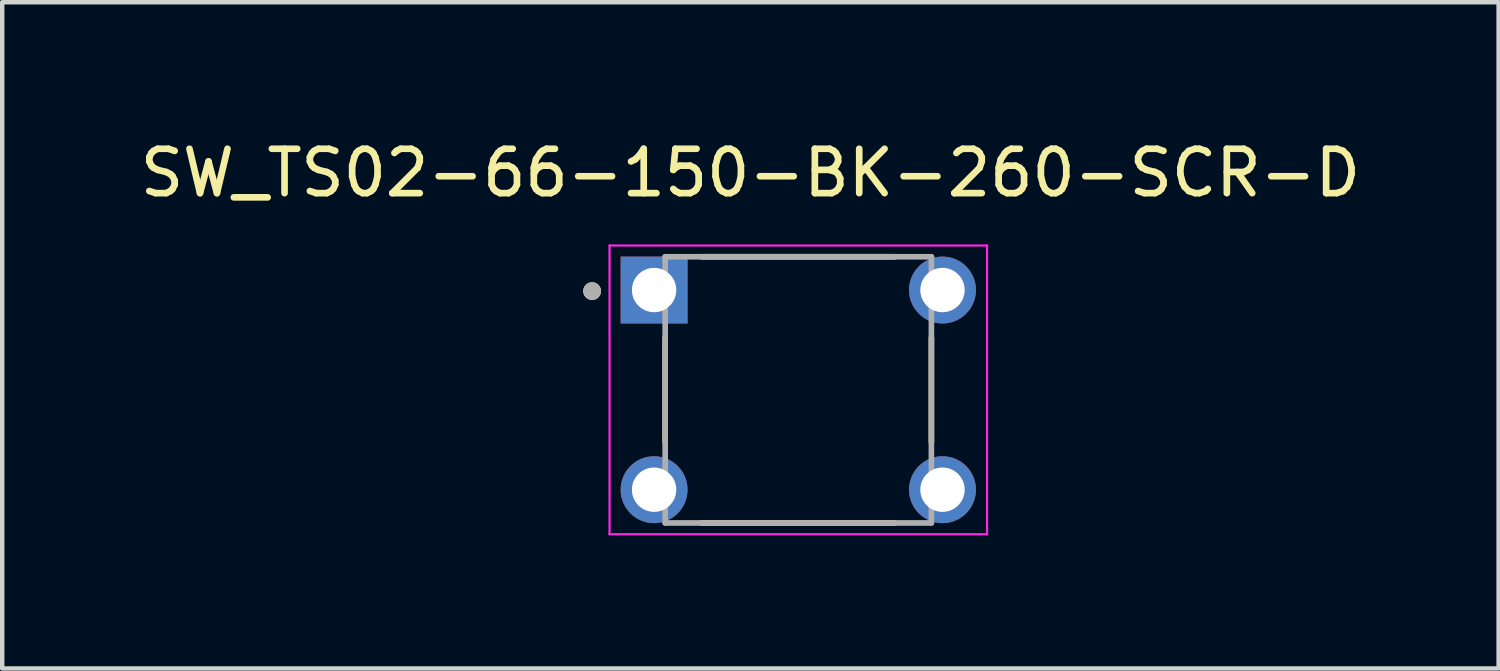
<source format=kicad_pcb>
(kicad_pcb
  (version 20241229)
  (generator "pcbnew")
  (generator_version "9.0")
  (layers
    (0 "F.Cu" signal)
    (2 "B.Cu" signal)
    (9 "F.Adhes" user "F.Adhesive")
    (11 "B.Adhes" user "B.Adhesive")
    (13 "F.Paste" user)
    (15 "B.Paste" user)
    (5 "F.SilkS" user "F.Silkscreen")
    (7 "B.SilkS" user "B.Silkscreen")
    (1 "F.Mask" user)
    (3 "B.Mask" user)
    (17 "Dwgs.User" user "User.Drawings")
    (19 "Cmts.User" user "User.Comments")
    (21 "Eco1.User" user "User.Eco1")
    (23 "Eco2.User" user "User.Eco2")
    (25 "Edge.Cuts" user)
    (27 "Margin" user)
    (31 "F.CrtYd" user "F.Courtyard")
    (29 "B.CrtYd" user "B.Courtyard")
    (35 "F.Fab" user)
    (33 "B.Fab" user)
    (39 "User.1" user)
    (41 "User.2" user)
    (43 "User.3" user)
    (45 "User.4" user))
  (footprint "SW_TS02-66-150-BK-260-SCR-D"
    (layer "F.Cu")
    (at 14.942 5.737)
    (property "Reference" "SW_TS02-66-150-BK-260-SCR-D" (at -1.079 -4.889 0) (layer "F.SilkS") (effects (font (size 1 1) (thickness 0.15))))
    (attr through_hole)
    (fp_line (start -3 -1.176) (end -3 1.176) (stroke (width 0.127) (type solid)) (layer "F.SilkS"))
    (fp_line (start -2.176 -3) (end 2.176 -3) (stroke (width 0.127) (type solid)) (layer "F.SilkS"))
    (fp_line (start -2.176 3) (end 2.176 3) (stroke (width 0.127) (type solid)) (layer "F.SilkS"))
    (fp_line (start 3 -1.176) (end 3 1.176) (stroke (width 0.127) (type solid)) (layer "F.SilkS"))
    (fp_circle (center -4.647 -2.226) (end -4.547 -2.226) (stroke (width 0.2) (type solid)) (fill no) (layer "F.SilkS"))
    (fp_line (start -4.254 -3.254) (end -4.254 3.254) (stroke (width 0.05) (type solid)) (layer "F.CrtYd"))
    (fp_line (start -4.254 3.254) (end 4.254 3.254) (stroke (width 0.05) (type solid)) (layer "F.CrtYd"))
    (fp_line (start 4.254 -3.254) (end -4.254 -3.254) (stroke (width 0.05) (type solid)) (layer "F.CrtYd"))
    (fp_line (start 4.254 3.254) (end 4.254 -3.254) (stroke (width 0.05) (type solid)) (layer "F.CrtYd"))
    (fp_line (start -3 -3) (end 3 -3) (stroke (width 0.127) (type solid)) (layer "F.Fab"))
    (fp_line (start -3 3) (end -3 -3) (stroke (width 0.127) (type solid)) (layer "F.Fab"))
    (fp_line (start 3 -3) (end 3 3) (stroke (width 0.127) (type solid)) (layer "F.Fab"))
    (fp_line (start 3 3) (end -3 3) (stroke (width 0.127) (type solid)) (layer "F.Fab"))
    (fp_circle (center -4.647 -2.226) (end -4.547 -2.226) (stroke (width 0.2) (type solid)) (fill no) (layer "F.Fab"))
    (pad "1" thru_hole rect (at -3.25 -2.25) (size 1.508 1.508) (drill 1) (layers "*.Cu" "*.Mask"))
    (pad "2" thru_hole circle (at 3.25 -2.25) (size 1.508 1.508) (drill 1) (layers "*.Cu" "*.Mask"))
    (pad "3" thru_hole circle (at -3.25 2.25) (size 1.508 1.508) (drill 1) (layers "*.Cu" "*.Mask"))
    (pad "4" thru_hole circle (at 3.25 2.25) (size 1.508 1.508) (drill 1) (layers "*.Cu" "*.Mask")))
  (gr_rect
    (start -3 -3)
    (end 30.726 12.016)
    (stroke (width 0.1) (type default))
    (fill no)
    (layer "Edge.Cuts")))
</source>
